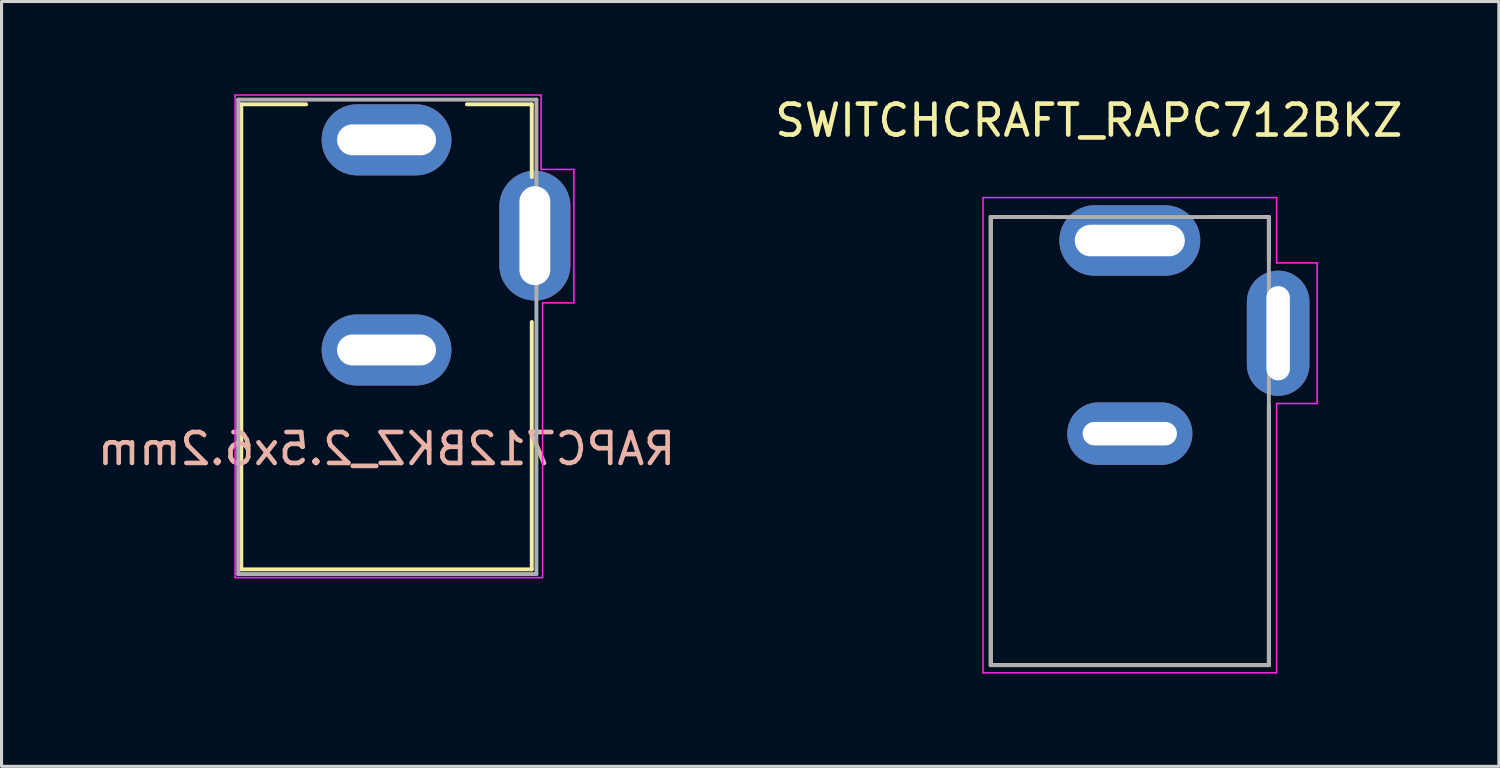
<source format=kicad_pcb>
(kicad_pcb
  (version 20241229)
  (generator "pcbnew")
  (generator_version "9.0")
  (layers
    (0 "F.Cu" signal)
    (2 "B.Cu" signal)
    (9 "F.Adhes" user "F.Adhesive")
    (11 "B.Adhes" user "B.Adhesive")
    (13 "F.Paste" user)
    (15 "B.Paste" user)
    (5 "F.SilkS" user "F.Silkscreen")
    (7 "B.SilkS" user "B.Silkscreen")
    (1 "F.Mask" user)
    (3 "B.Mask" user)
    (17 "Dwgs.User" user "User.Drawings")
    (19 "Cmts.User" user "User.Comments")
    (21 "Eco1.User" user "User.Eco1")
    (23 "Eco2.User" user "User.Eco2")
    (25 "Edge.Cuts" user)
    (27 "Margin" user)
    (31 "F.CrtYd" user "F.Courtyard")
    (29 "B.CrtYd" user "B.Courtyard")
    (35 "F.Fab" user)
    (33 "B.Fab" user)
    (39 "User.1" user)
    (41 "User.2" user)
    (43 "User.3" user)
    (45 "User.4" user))
  (footprint "RAPC712BKZ_2.5x6.2mm"
    (layer "F.Cu")
    (at 9.458 8.275)
    (property "Reference" "RAPC712BKZ_2.5x6.2mm" (at 0 3.2 180) (layer "B.SilkS") (effects (font (size 1 1) (thickness 0.15)) (justify mirror)))
    (attr through_hole)
    (fp_line (start -4.7 -7.95) (end -4.7 7.1) (stroke (width 0.127) (type solid)) (layer "F.SilkS"))
    (fp_line (start -4.7 7.1) (end 4.7 7.1) (stroke (width 0.127) (type solid)) (layer "F.SilkS"))
    (fp_line (start -2.6 -7.95) (end -4.7 -7.95) (stroke (width 0.127) (type solid)) (layer "F.SilkS"))
    (fp_line (start 4.7 -7.95) (end 2.6 -7.95) (stroke (width 0.127) (type solid)) (layer "F.SilkS"))
    (fp_line (start 4.7 -5.595) (end 4.7 -7.95) (stroke (width 0.127) (type solid)) (layer "F.SilkS"))
    (fp_line (start 4.7 7.1) (end 4.7 -0.905) (stroke (width 0.127) (type solid)) (layer "F.SilkS"))
    (fp_line (start -4.9 -8.25) (end -4.9 7.366) (stroke (width 0.05) (type solid)) (layer "F.CrtYd"))
    (fp_line (start -4.9 7.366) (end 5.05 7.366) (stroke (width 0.05) (type solid)) (layer "F.CrtYd"))
    (fp_line (start 5 -8.25) (end -4.9 -8.25) (stroke (width 0.05) (type solid)) (layer "F.CrtYd"))
    (fp_line (start 5 -5.842) (end 5 -8.25) (stroke (width 0.05) (type solid)) (layer "F.CrtYd"))
    (fp_line (start 5.05 -1.524) (end 6.062 -1.524) (stroke (width 0.05) (type solid)) (layer "F.CrtYd"))
    (fp_line (start 5.05 7.366) (end 5.05 -1.524) (stroke (width 0.05) (type solid)) (layer "F.CrtYd"))
    (fp_line (start 6.062 -5.842) (end 5 -5.842) (stroke (width 0.05) (type solid)) (layer "F.CrtYd"))
    (fp_line (start 6.062 -1.524) (end 6.062 -5.842) (stroke (width 0.05) (type solid)) (layer "F.CrtYd"))
    (fp_line (start -4.8 -8.1) (end -4.8 7.25) (stroke (width 0.127) (type solid)) (layer "F.Fab"))
    (fp_line (start -4.8 7.25) (end 4.85 7.25) (stroke (width 0.127) (type solid)) (layer "F.Fab"))
    (fp_line (start 4.85 -8.1) (end -4.8 -8.1) (stroke (width 0.127) (type solid)) (layer "F.Fab"))
    (fp_line (start 4.85 7.25) (end 4.85 -8.1) (stroke (width 0.127) (type solid)) (layer "F.Fab"))
    (pad "PIN" thru_hole oval (at 0 -6.8) (size 4.2 2.3) (drill oval 3.2 1) (layers "*.Cu" "*.Mask"))
    (pad "SHUNT" thru_hole oval (at 4.8 -3.7) (size 2.3 4.2) (drill oval 1 3.2) (layers "*.Cu" "*.Mask"))
    (pad "SLEEVE" thru_hole oval (at 0 0) (size 4.2 2.3) (drill oval 3.2 1) (layers "*.Cu" "*.Mask")))
  (footprint "SWITCHCRAFT_RAPC712BKZ"
    (layer "F.Cu")
    (at 33.51 10.983)
    (property "Reference" "SWITCHCRAFT_RAPC712BKZ" (at -1.325 -10.135 0) (layer "F.SilkS") (effects (font (size 1 1) (thickness 0.15))))
    (attr through_hole)
    (fp_line (start -4.5 -7.01) (end -4.5 7.49) (stroke (width 0.127) (type solid)) (layer "F.SilkS"))
    (fp_line (start -4.5 7.49) (end 4.5 7.49) (stroke (width 0.127) (type solid)) (layer "F.SilkS"))
    (fp_line (start -2.6 -7.01) (end -4.5 -7.01) (stroke (width 0.127) (type solid)) (layer "F.SilkS"))
    (fp_line (start 4.5 -7.01) (end 2.6 -7.01) (stroke (width 0.127) (type solid)) (layer "F.SilkS"))
    (fp_line (start 4.5 -5.595) (end 4.5 -7.01) (stroke (width 0.127) (type solid)) (layer "F.SilkS"))
    (fp_line (start 4.5 7.49) (end 4.5 -0.905) (stroke (width 0.127) (type solid)) (layer "F.SilkS"))
    (fp_line (start -4.75 -7.64) (end -4.75 7.74) (stroke (width 0.05) (type solid)) (layer "F.CrtYd"))
    (fp_line (start -4.75 7.74) (end 4.75 7.74) (stroke (width 0.05) (type solid)) (layer "F.CrtYd"))
    (fp_line (start 4.75 -7.64) (end -4.75 -7.64) (stroke (width 0.05) (type solid)) (layer "F.CrtYd"))
    (fp_line (start 4.75 -5.525) (end 4.75 -7.64) (stroke (width 0.05) (type solid)) (layer "F.CrtYd"))
    (fp_line (start 4.75 -0.975) (end 6.062 -0.975) (stroke (width 0.05) (type solid)) (layer "F.CrtYd"))
    (fp_line (start 4.75 7.74) (end 4.75 -0.975) (stroke (width 0.05) (type solid)) (layer "F.CrtYd"))
    (fp_line (start 6.062 -5.525) (end 4.75 -5.525) (stroke (width 0.05) (type solid)) (layer "F.CrtYd"))
    (fp_line (start 6.062 -0.975) (end 6.062 -5.525) (stroke (width 0.05) (type solid)) (layer "F.CrtYd"))
    (fp_line (start -4.5 -7.01) (end -4.5 7.49) (stroke (width 0.127) (type solid)) (layer "F.Fab"))
    (fp_line (start -4.5 7.49) (end 4.5 7.49) (stroke (width 0.127) (type solid)) (layer "F.Fab"))
    (fp_line (start 4.5 -7.01) (end -4.5 -7.01) (stroke (width 0.127) (type solid)) (layer "F.Fab"))
    (fp_line (start 4.5 7.49) (end 4.5 -7.01) (stroke (width 0.127) (type solid)) (layer "F.Fab"))
    (pad "PIN" thru_hole oval (at 0 -6.25) (size 4.56 2.28) (drill oval 3.56 1.02) (layers "*.Cu" "*.Mask"))
    (pad "SHUNT" thru_hole oval (at 4.8 -3.25) (size 2.025 4.05) (drill oval 0.76 3.05) (layers "*.Cu" "*.Mask"))
    (pad "SLEEVE" thru_hole oval (at 0 0) (size 4.05 2.025) (drill oval 3.05 0.76) (layers "*.Cu" "*.Mask")))
  (gr_rect
    (start -3 -3)
    (end 45.452 21.748)
    (stroke (width 0.1) (type default))
    (fill no)
    (layer "Edge.Cuts")))
</source>
